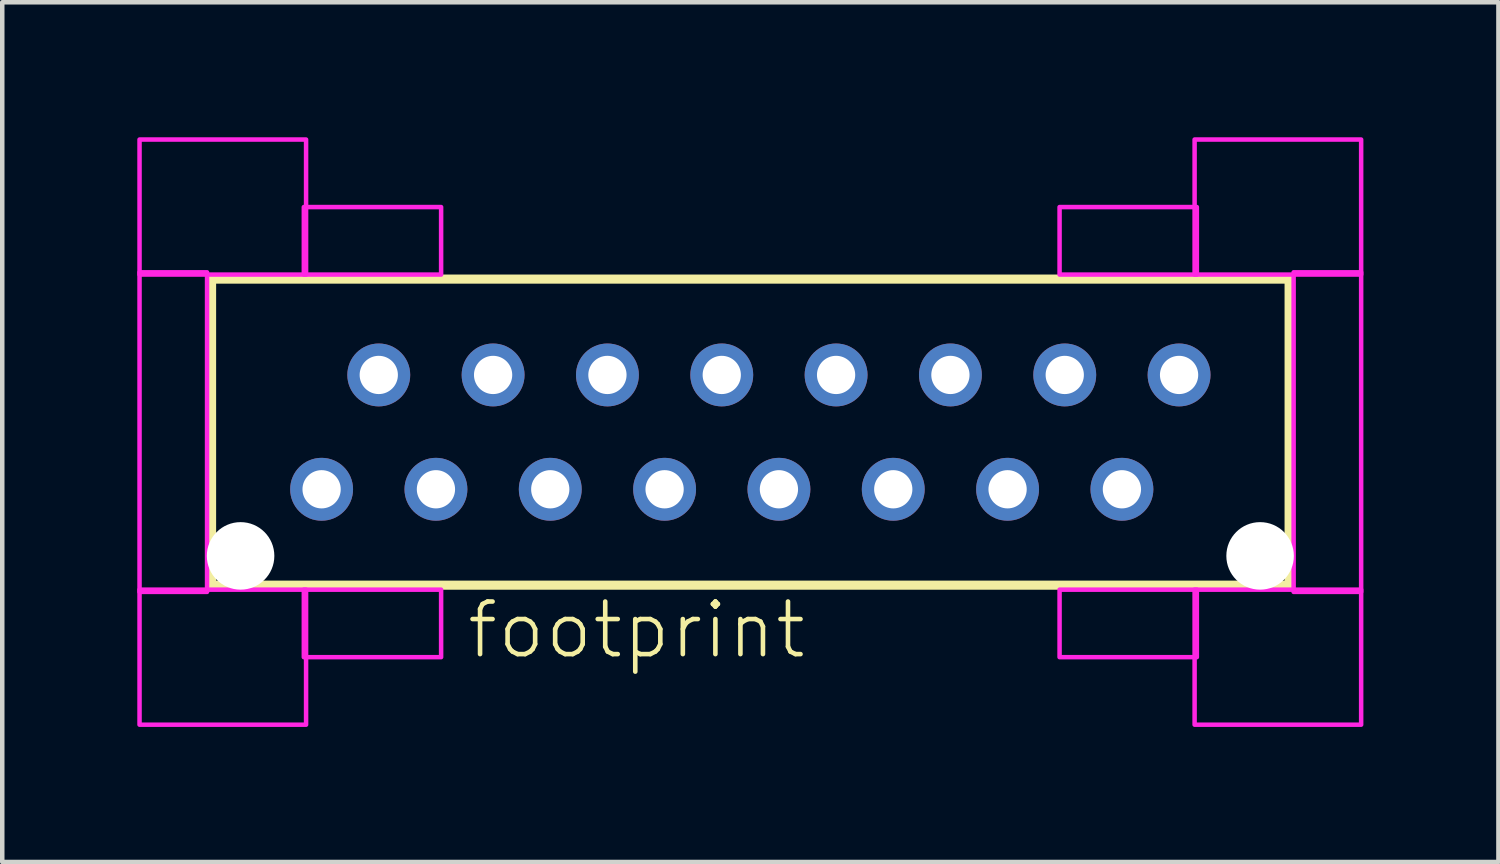
<source format=kicad_pcb>
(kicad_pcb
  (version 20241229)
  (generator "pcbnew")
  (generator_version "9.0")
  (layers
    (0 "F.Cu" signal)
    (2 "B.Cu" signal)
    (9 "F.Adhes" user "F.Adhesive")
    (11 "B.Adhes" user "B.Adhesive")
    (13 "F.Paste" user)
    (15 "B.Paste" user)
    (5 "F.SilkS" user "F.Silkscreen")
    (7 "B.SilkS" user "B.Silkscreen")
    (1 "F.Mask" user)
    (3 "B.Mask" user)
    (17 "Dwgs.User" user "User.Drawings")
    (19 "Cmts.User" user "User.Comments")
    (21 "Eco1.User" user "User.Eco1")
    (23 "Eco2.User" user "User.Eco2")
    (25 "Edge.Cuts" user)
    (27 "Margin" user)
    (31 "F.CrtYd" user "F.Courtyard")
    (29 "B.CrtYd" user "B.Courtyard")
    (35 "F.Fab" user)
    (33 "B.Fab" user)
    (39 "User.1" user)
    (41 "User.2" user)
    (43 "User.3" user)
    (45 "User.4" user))
  (footprint "footprint"
    (layer "F.Cu")
    (at 13.62 6.55)
    (property "Reference" "footprint" (at -6.35 5.08 0) (layer "F.SilkS") (effects (font (size 1.168 1.168) (thickness 0.102)) (justify left bottom)))
    (fp_line (start -11.97 -3.4) (end 11.97 -3.4) (stroke (width 0.203) (type solid)) (layer "F.SilkS"))
    (fp_line (start -11.97 3.4) (end -11.97 -3.4) (stroke (width 0.203) (type solid)) (layer "F.SilkS"))
    (fp_line (start 11.97 -3.4) (end 11.97 3.4) (stroke (width 0.203) (type solid)) (layer "F.SilkS"))
    (fp_line (start 11.97 3.4) (end -11.97 3.4) (stroke (width 0.203) (type solid)) (layer "F.SilkS"))
    (fp_poly (pts (xy -13.57 -3.5) (xy -9.87 -3.5) (xy -9.87 -6.5) (xy -13.57 -6.5)) (stroke (width 0.1) (type solid)) (fill no) (layer "F.CrtYd"))
    (fp_poly (pts (xy -13.57 3.55) (xy -12.07 3.55) (xy -12.07 -3.55) (xy -13.57 -3.55)) (stroke (width 0.1) (type solid)) (fill no) (layer "F.CrtYd"))
    (fp_poly (pts (xy -13.57 6.5) (xy -9.87 6.5) (xy -9.87 3.5) (xy -13.57 3.5)) (stroke (width 0.1) (type solid)) (fill no) (layer "F.CrtYd"))
    (fp_poly (pts (xy -9.92 -3.5) (xy -6.87 -3.5) (xy -6.87 -5) (xy -9.92 -5)) (stroke (width 0.1) (type solid)) (fill no) (layer "F.CrtYd"))
    (fp_poly (pts (xy -9.92 5) (xy -6.87 5) (xy -6.87 3.5) (xy -9.92 3.5)) (stroke (width 0.1) (type solid)) (fill no) (layer "F.CrtYd"))
    (fp_poly (pts (xy 6.87 -3.5) (xy 9.92 -3.5) (xy 9.92 -5) (xy 6.87 -5)) (stroke (width 0.1) (type solid)) (fill no) (layer "F.CrtYd"))
    (fp_poly (pts (xy 6.87 5) (xy 9.92 5) (xy 9.92 3.5) (xy 6.87 3.5)) (stroke (width 0.1) (type solid)) (fill no) (layer "F.CrtYd"))
    (fp_poly (pts (xy 9.87 -3.5) (xy 13.57 -3.5) (xy 13.57 -6.5) (xy 9.87 -6.5)) (stroke (width 0.1) (type solid)) (fill no) (layer "F.CrtYd"))
    (fp_poly (pts (xy 9.87 6.5) (xy 13.57 6.5) (xy 13.57 3.5) (xy 9.87 3.5)) (stroke (width 0.1) (type solid)) (fill no) (layer "F.CrtYd"))
    (fp_poly (pts (xy 12.07 3.55) (xy 13.57 3.55) (xy 13.57 -3.55) (xy 12.07 -3.55)) (stroke (width 0.1) (type solid)) (fill no) (layer "F.CrtYd"))
    (pad "" np_thru_hole circle (at -11.325 2.75) (size 1.5 1.5) (drill 1.5) (layers "*.Cu" "*.Mask"))
    (pad "" np_thru_hole circle (at 11.325 2.75) (size 1.5 1.5) (drill 1.5) (layers "*.Cu" "*.Mask"))
    (pad "1" thru_hole circle (at -9.525 1.27) (size 1.397 1.397) (drill 0.85) (layers "*.Cu" "*.Mask"))
    (pad "2" thru_hole circle (at -8.255 -1.27) (size 1.397 1.397) (drill 0.85) (layers "*.Cu" "*.Mask"))
    (pad "3" thru_hole circle (at -6.985 1.27) (size 1.397 1.397) (drill 0.85) (layers "*.Cu" "*.Mask"))
    (pad "4" thru_hole circle (at -5.715 -1.27) (size 1.397 1.397) (drill 0.85) (layers "*.Cu" "*.Mask"))
    (pad "5" thru_hole circle (at -4.445 1.27) (size 1.397 1.397) (drill 0.85) (layers "*.Cu" "*.Mask"))
    (pad "6" thru_hole circle (at -3.175 -1.27) (size 1.397 1.397) (drill 0.85) (layers "*.Cu" "*.Mask"))
    (pad "7" thru_hole circle (at -1.905 1.27) (size 1.397 1.397) (drill 0.85) (layers "*.Cu" "*.Mask"))
    (pad "8" thru_hole circle (at -0.635 -1.27) (size 1.397 1.397) (drill 0.85) (layers "*.Cu" "*.Mask"))
    (pad "9" thru_hole circle (at 0.635 1.27) (size 1.397 1.397) (drill 0.85) (layers "*.Cu" "*.Mask"))
    (pad "10" thru_hole circle (at 1.905 -1.27) (size 1.397 1.397) (drill 0.85) (layers "*.Cu" "*.Mask"))
    (pad "11" thru_hole circle (at 3.175 1.27) (size 1.397 1.397) (drill 0.85) (layers "*.Cu" "*.Mask"))
    (pad "12" thru_hole circle (at 4.445 -1.27) (size 1.397 1.397) (drill 0.85) (layers "*.Cu" "*.Mask"))
    (pad "13" thru_hole circle (at 5.715 1.27) (size 1.397 1.397) (drill 0.85) (layers "*.Cu" "*.Mask"))
    (pad "14" thru_hole circle (at 6.985 -1.27) (size 1.397 1.397) (drill 0.85) (layers "*.Cu" "*.Mask"))
    (pad "15" thru_hole circle (at 8.255 1.27) (size 1.397 1.397) (drill 0.85) (layers "*.Cu" "*.Mask"))
    (pad "16" thru_hole circle (at 9.525 -1.27) (size 1.397 1.397) (drill 0.85) (layers "*.Cu" "*.Mask")))
  (gr_rect
    (start -3 -3)
    (end 30.24 16.1)
    (stroke (width 0.1) (type default))
    (fill no)
    (layer "Edge.Cuts")))
</source>
